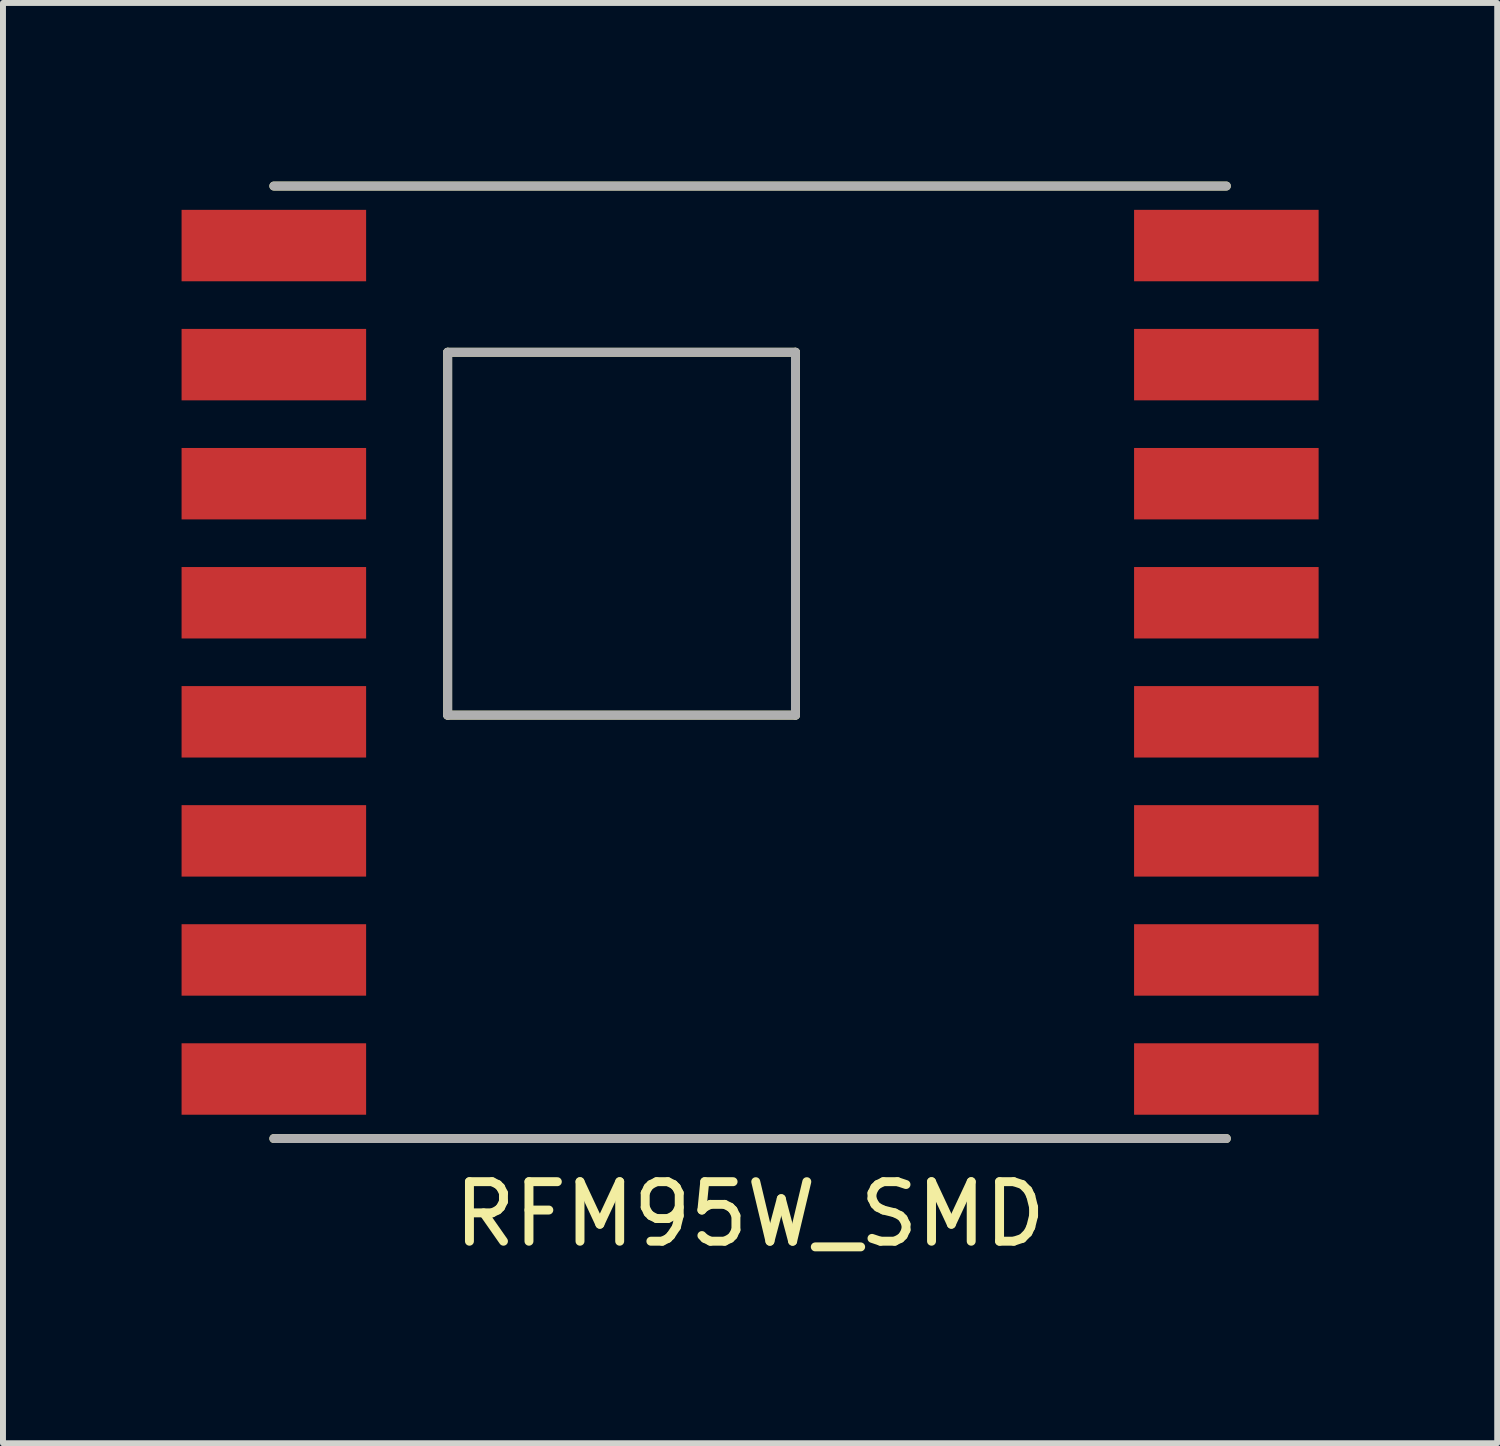
<source format=kicad_pcb>
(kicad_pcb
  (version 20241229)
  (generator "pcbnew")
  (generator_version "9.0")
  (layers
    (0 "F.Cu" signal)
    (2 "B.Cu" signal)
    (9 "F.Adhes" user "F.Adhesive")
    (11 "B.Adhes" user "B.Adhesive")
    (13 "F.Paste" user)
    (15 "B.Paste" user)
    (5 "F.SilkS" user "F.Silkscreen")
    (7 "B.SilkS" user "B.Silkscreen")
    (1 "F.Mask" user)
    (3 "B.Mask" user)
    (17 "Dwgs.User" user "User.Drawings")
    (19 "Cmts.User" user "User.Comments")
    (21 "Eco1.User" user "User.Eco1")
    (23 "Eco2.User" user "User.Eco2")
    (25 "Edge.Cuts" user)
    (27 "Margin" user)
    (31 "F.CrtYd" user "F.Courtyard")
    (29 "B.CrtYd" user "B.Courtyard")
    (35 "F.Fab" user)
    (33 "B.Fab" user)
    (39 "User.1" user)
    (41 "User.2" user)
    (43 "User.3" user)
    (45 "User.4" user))
  (footprint "RFM95W_SMD"
    (layer "F.Cu")
    (at 9.55 16.075)
    (property "Reference" "RFM95W_SMD" (at 0 1.27 0) (layer "F.SilkS") (effects (font (size 1 1) (thickness 0.15))))
    (attr through_hole)
    (fp_line (start -8 0) (end 8 0) (stroke (width 0.15) (type solid)) (layer "F.SilkS"))
    (fp_line (start -5.08 -13.208) (end -5.08 -7.112) (stroke (width 0.15) (type solid)) (layer "F.SilkS"))
    (fp_line (start -5.08 -7.112) (end 0.762 -7.112) (stroke (width 0.15) (type solid)) (layer "F.SilkS"))
    (fp_line (start 0.762 -13.208) (end -5.08 -13.208) (stroke (width 0.15) (type solid)) (layer "F.SilkS"))
    (fp_line (start 0.762 -7.112) (end 0.762 -13.208) (stroke (width 0.15) (type solid)) (layer "F.SilkS"))
    (fp_line (start 8 -16) (end -8 -16) (stroke (width 0.15) (type solid)) (layer "F.SilkS"))
    (fp_line (start -8 0) (end 8 0) (stroke (width 0.15) (type solid)) (layer "F.Fab"))
    (fp_line (start -5.08 -13.208) (end -5.08 -7.112) (stroke (width 0.15) (type solid)) (layer "F.Fab"))
    (fp_line (start -5.08 -7.112) (end 0.762 -7.112) (stroke (width 0.15) (type solid)) (layer "F.Fab"))
    (fp_line (start 0.762 -13.208) (end -5.08 -13.208) (stroke (width 0.15) (type solid)) (layer "F.Fab"))
    (fp_line (start 0.762 -7.112) (end 0.762 -13.208) (stroke (width 0.15) (type solid)) (layer "F.Fab"))
    (fp_line (start 8 -16) (end -8 -16) (stroke (width 0.15) (type solid)) (layer "F.Fab"))
    (pad "1" smd rect (at -7 -15) (size 3.1 1.2) (drill (offset -1 0)) (layers "F.Cu" "F.Mask" "F.Paste"))
    (pad "2" smd rect (at -7 -13) (size 3.1 1.2) (drill (offset -1 0)) (layers "F.Cu" "F.Mask" "F.Paste"))
    (pad "3" smd rect (at -7 -11) (size 3.1 1.2) (drill (offset -1 0)) (layers "F.Cu" "F.Mask" "F.Paste"))
    (pad "4" smd rect (at -7 -9) (size 3.1 1.2) (drill (offset -1 0)) (layers "F.Cu" "F.Mask" "F.Paste"))
    (pad "5" smd rect (at -7 -7) (size 3.1 1.2) (drill (offset -1 0)) (layers "F.Cu" "F.Mask" "F.Paste"))
    (pad "6" smd rect (at -7 -5) (size 3.1 1.2) (drill (offset -1 0)) (layers "F.Cu" "F.Mask" "F.Paste"))
    (pad "7" smd rect (at -7 -3) (size 3.1 1.2) (drill (offset -1 0)) (layers "F.Cu" "F.Mask" "F.Paste"))
    (pad "8" smd rect (at -7 -1) (size 3.1 1.2) (drill (offset -1 0)) (layers "F.Cu" "F.Mask" "F.Paste"))
    (pad "9" smd rect (at 7 -1) (size 3.1 1.2) (drill (offset 1 0)) (layers "F.Cu" "F.Mask" "F.Paste"))
    (pad "10" smd rect (at 7 -3) (size 3.1 1.2) (drill (offset 1 0)) (layers "F.Cu" "F.Mask" "F.Paste"))
    (pad "11" smd rect (at 7 -5) (size 3.1 1.2) (drill (offset 1 0)) (layers "F.Cu" "F.Mask" "F.Paste"))
    (pad "12" smd rect (at 7 -7) (size 3.1 1.2) (drill (offset 1 0)) (layers "F.Cu" "F.Mask" "F.Paste"))
    (pad "13" smd rect (at 7 -9) (size 3.1 1.2) (drill (offset 1 0)) (layers "F.Cu" "F.Mask" "F.Paste"))
    (pad "14" smd rect (at 7 -11) (size 3.1 1.2) (drill (offset 1 0)) (layers "F.Cu" "F.Mask" "F.Paste"))
    (pad "15" smd rect (at 7 -13) (size 3.1 1.2) (drill (offset 1 0)) (layers "F.Cu" "F.Mask" "F.Paste"))
    (pad "16" smd rect (at 7 -15) (size 3.1 1.2) (drill (offset 1 0)) (layers "F.Cu" "F.Mask" "F.Paste")))
  (gr_rect
    (start -3 -3)
    (end 22.1 21.193)
    (stroke (width 0.1) (type default))
    (fill no)
    (layer "Edge.Cuts")))
</source>
